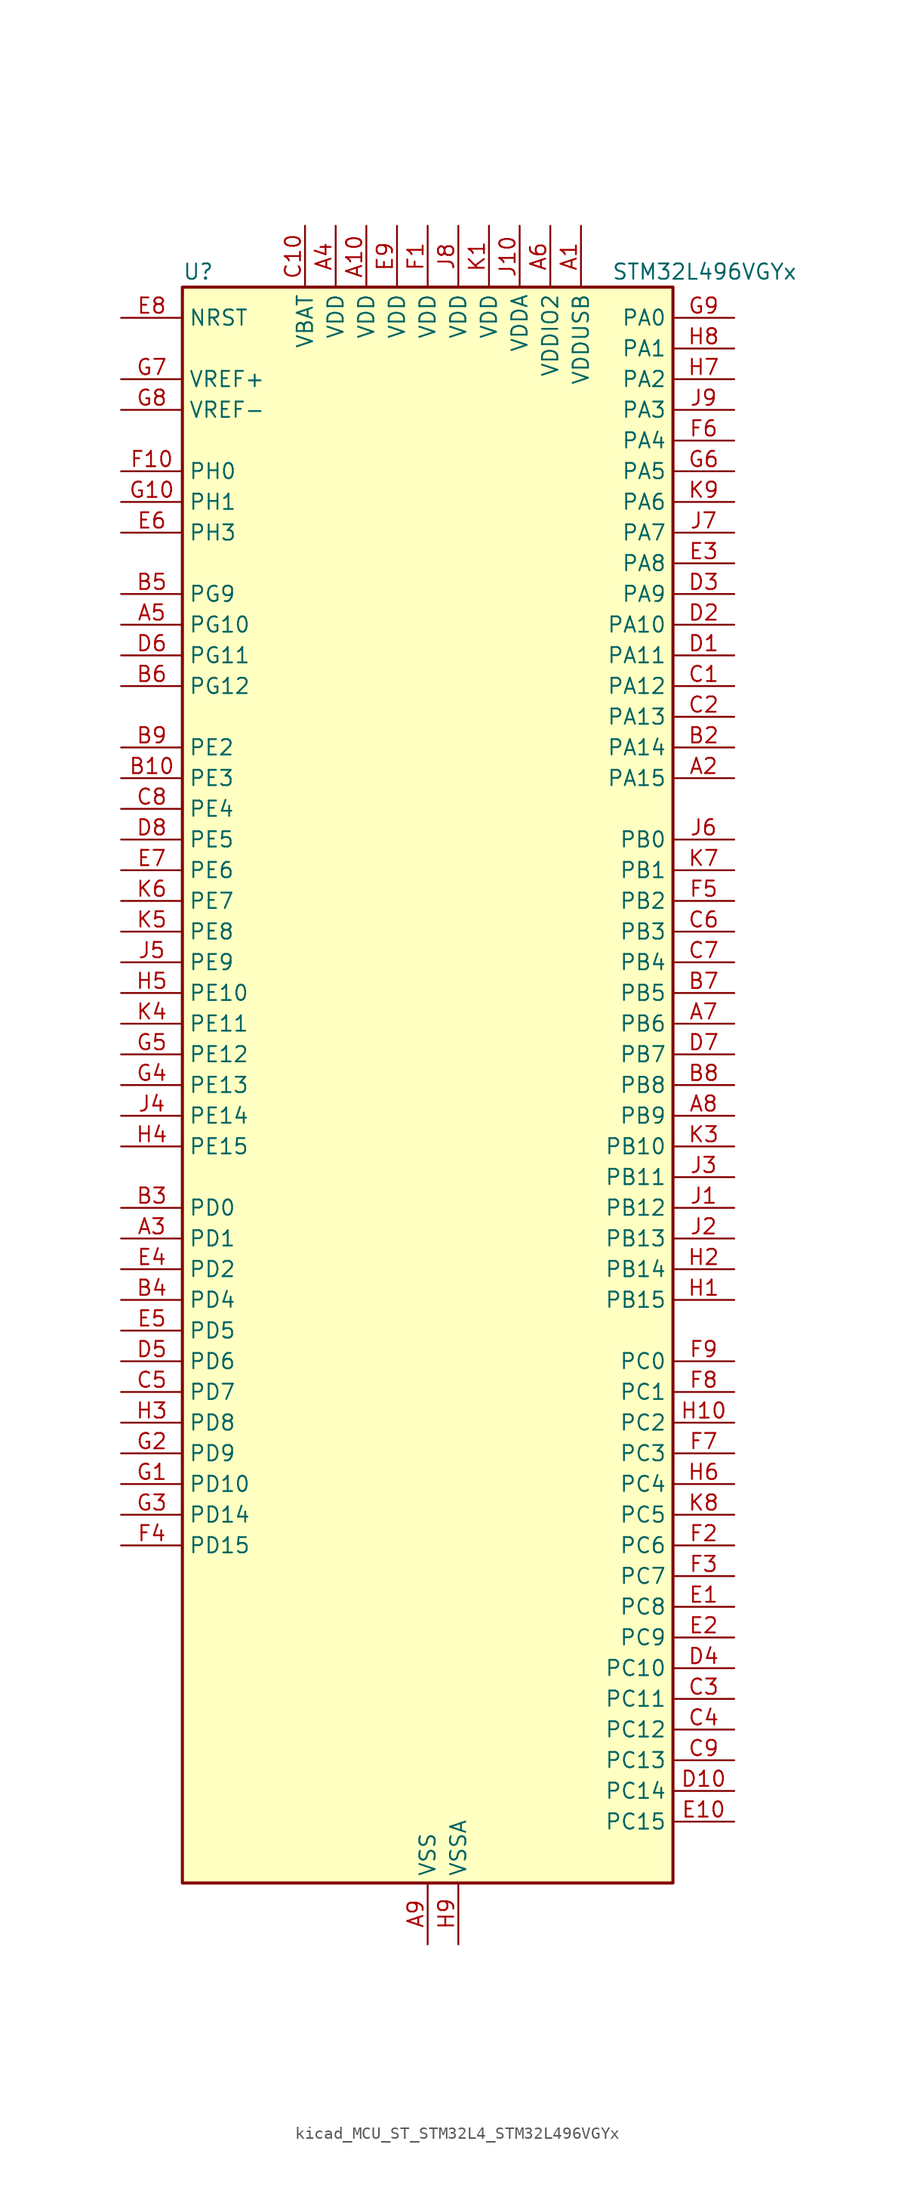
<source format=kicad_sym>
(kicad_symbol_lib
  (version 20220914)
  (generator kicad_symbol_editor)
  (symbol "kicad_MCU_ST_STM32L4_STM32L496VGYx"
    (property "Reference" "U"
      (at -20.32 67.31 0)
      (effects (font (size 1.27 1.27)) (justify left)))
    (property "Value" "STM32L496VGYx"
      (at 15.24 67.31 0)
      (effects (font (size 1.27 1.27)) (justify left)))
    (property "ki_locked" ""
      (at 0 0 0)
      (effects (font (size 1.27 1.27))))
    (symbol "kicad_MCU_ST_STM32L4_STM32L496VGYx_0_1"
      (rectangle (start -20.32 -66.04) (end 20.32 66.04) (stroke (width 0.254) (type default)) (fill (type background))))
    (symbol "kicad_MCU_ST_STM32L4_STM32L496VGYx_1_1"
      (pin power_in line (at 12.7 71.12 270) (length 5.08) (name "VDDUSB" (effects (font (size 1.27 1.27)))) (number "A1" (effects (font (size 1.27 1.27)))))
      (pin power_in line (at -5.08 71.12 270) (length 5.08) (name "VDD" (effects (font (size 1.27 1.27)))) (number "A10" (effects (font (size 1.27 1.27)))))
      (pin bidirectional line (at 25.4 25.4 180) (length 5.08) (name "PA15" (effects (font (size 1.27 1.27)))) (number "A2" (effects (font (size 1.27 1.27)))) (alternate "ADC1_EXTI15" bidirectional line) (alternate "ADC2_EXTI15" bidirectional line) (alternate "ADC3_EXTI15" bidirectional line) (alternate "LCD_SEG17" bidirectional line) (alternate "SAI2_FS_B" bidirectional line) (alternate "SPI1_NSS" bidirectional line) (alternate "SPI3_NSS" bidirectional line) (alternate "SWPMI1_SUSPEND" bidirectional line) (alternate "SYS_JTDI" bidirectional line) (alternate "TIM2_CH1" bidirectional line) (alternate "TIM2_ETR" bidirectional line) (alternate "TSC_G3_IO1" bidirectional line) (alternate "UART4_DE" bidirectional line) (alternate "UART4_RTS" bidirectional line) (alternate "USART2_RX" bidirectional line) (alternate "USART3_DE" bidirectional line) (alternate "USART3_RTS" bidirectional line))
      (pin bidirectional line (at -25.4 -12.7 0) (length 5.08) (name "PD1" (effects (font (size 1.27 1.27)))) (number "A3" (effects (font (size 1.27 1.27)))) (alternate "CAN1_TX" bidirectional line) (alternate "DFSDM1_CKIN7" bidirectional line) (alternate "FMC_D3" bidirectional line) (alternate "FMC_DA3" bidirectional line) (alternate "SPI2_SCK" bidirectional line))
      (pin power_in line (at -7.62 71.12 270) (length 5.08) (name "VDD" (effects (font (size 1.27 1.27)))) (number "A4" (effects (font (size 1.27 1.27)))))
      (pin bidirectional line (at -25.4 38.1 0) (length 5.08) (name "PG10" (effects (font (size 1.27 1.27)))) (number "A5" (effects (font (size 1.27 1.27)))) (alternate "LPTIM1_IN1" bidirectional line) (alternate "SAI2_FS_A" bidirectional line) (alternate "SPI3_MISO" bidirectional line) (alternate "TIM15_CH1" bidirectional line) (alternate "USART1_RX" bidirectional line))
      (pin power_in line (at 10.16 71.12 270) (length 5.08) (name "VDDIO2" (effects (font (size 1.27 1.27)))) (number "A6" (effects (font (size 1.27 1.27)))))
      (pin bidirectional line (at 25.4 5.08 180) (length 5.08) (name "PB6" (effects (font (size 1.27 1.27)))) (number "A7" (effects (font (size 1.27 1.27)))) (alternate "CAN2_TX" bidirectional line) (alternate "COMP2_INP" bidirectional line) (alternate "DCMI_D5" bidirectional line) (alternate "DFSDM1_DATIN5" bidirectional line) (alternate "I2C1_SCL" bidirectional line) (alternate "I2C4_SCL" bidirectional line) (alternate "LPTIM1_ETR" bidirectional line) (alternate "SAI1_FS_B" bidirectional line) (alternate "TIM16_CH1N" bidirectional line) (alternate "TIM4_CH1" bidirectional line) (alternate "TIM8_BKIN2" bidirectional line) (alternate "TIM8_BKIN2_COMP2" bidirectional line) (alternate "TSC_G2_IO3" bidirectional line) (alternate "USART1_TX" bidirectional line))
      (pin bidirectional line (at 25.4 -2.54 180) (length 5.08) (name "PB9" (effects (font (size 1.27 1.27)))) (number "A8" (effects (font (size 1.27 1.27)))) (alternate "CAN1_TX" bidirectional line) (alternate "DAC1_EXTI9" bidirectional line) (alternate "DCMI_D7" bidirectional line) (alternate "DFSDM1_CKIN6" bidirectional line) (alternate "I2C1_SDA" bidirectional line) (alternate "IR_OUT" bidirectional line) (alternate "LCD_COM3" bidirectional line) (alternate "SAI1_FS_A" bidirectional line) (alternate "SDMMC1_D5" bidirectional line) (alternate "SPI2_NSS" bidirectional line) (alternate "TIM17_CH1" bidirectional line) (alternate "TIM4_CH4" bidirectional line))
      (pin power_in line (at 0 -71.12 90) (length 5.08) (name "VSS" (effects (font (size 1.27 1.27)))) (number "A9" (effects (font (size 1.27 1.27)))))
      (pin passive line (at 0 -71.12 90) (length 5.08) hide (name "VSS" (effects (font (size 1.27 1.27)))) (number "B1" (effects (font (size 1.27 1.27)))))
      (pin bidirectional line (at -25.4 25.4 0) (length 5.08) (name "PE3" (effects (font (size 1.27 1.27)))) (number "B10" (effects (font (size 1.27 1.27)))) (alternate "FMC_A19" bidirectional line) (alternate "LCD_SEG39" bidirectional line) (alternate "SAI1_SD_B" bidirectional line) (alternate "SYS_TRACED0" bidirectional line) (alternate "TIM3_CH1" bidirectional line) (alternate "TSC_G7_IO2" bidirectional line))
      (pin bidirectional line (at 25.4 27.94 180) (length 5.08) (name "PA14" (effects (font (size 1.27 1.27)))) (number "B2" (effects (font (size 1.27 1.27)))) (alternate "I2C1_SMBA" bidirectional line) (alternate "I2C4_SMBA" bidirectional line) (alternate "LPTIM1_OUT" bidirectional line) (alternate "SAI1_FS_B" bidirectional line) (alternate "SWPMI1_RX" bidirectional line) (alternate "SYS_JTCK-SWCLK" bidirectional line) (alternate "USB_OTG_FS_SOF" bidirectional line))
      (pin bidirectional line (at -25.4 -10.16 0) (length 5.08) (name "PD0" (effects (font (size 1.27 1.27)))) (number "B3" (effects (font (size 1.27 1.27)))) (alternate "CAN1_RX" bidirectional line) (alternate "DFSDM1_DATIN7" bidirectional line) (alternate "FMC_D2" bidirectional line) (alternate "FMC_DA2" bidirectional line) (alternate "SPI2_NSS" bidirectional line))
      (pin bidirectional line (at -25.4 -17.78 0) (length 5.08) (name "PD4" (effects (font (size 1.27 1.27)))) (number "B4" (effects (font (size 1.27 1.27)))) (alternate "DFSDM1_CKIN0" bidirectional line) (alternate "FMC_NOE" bidirectional line) (alternate "QUADSPI_BK2_IO0" bidirectional line) (alternate "SPI2_MOSI" bidirectional line) (alternate "USART2_DE" bidirectional line) (alternate "USART2_RTS" bidirectional line))
      (pin bidirectional line (at -25.4 40.64 0) (length 5.08) (name "PG9" (effects (font (size 1.27 1.27)))) (number "B5" (effects (font (size 1.27 1.27)))) (alternate "DAC1_EXTI9" bidirectional line) (alternate "FMC_NCE" bidirectional line) (alternate "SAI2_SCK_A" bidirectional line) (alternate "SPI3_SCK" bidirectional line) (alternate "TIM15_CH1N" bidirectional line) (alternate "USART1_TX" bidirectional line))
      (pin bidirectional line (at -25.4 33.02 0) (length 5.08) (name "PG12" (effects (font (size 1.27 1.27)))) (number "B6" (effects (font (size 1.27 1.27)))) (alternate "LPTIM1_ETR" bidirectional line) (alternate "SAI2_SD_A" bidirectional line) (alternate "SPI3_NSS" bidirectional line) (alternate "USART1_DE" bidirectional line) (alternate "USART1_RTS" bidirectional line))
      (pin bidirectional line (at 25.4 7.62 180) (length 5.08) (name "PB5" (effects (font (size 1.27 1.27)))) (number "B7" (effects (font (size 1.27 1.27)))) (alternate "CAN2_RX" bidirectional line) (alternate "COMP2_OUT" bidirectional line) (alternate "DCMI_D10" bidirectional line) (alternate "I2C1_SMBA" bidirectional line) (alternate "LCD_SEG9" bidirectional line) (alternate "LPTIM1_IN1" bidirectional line) (alternate "SAI1_SD_B" bidirectional line) (alternate "SPI1_MOSI" bidirectional line) (alternate "SPI3_MOSI" bidirectional line) (alternate "TIM16_BKIN" bidirectional line) (alternate "TIM3_CH2" bidirectional line) (alternate "TSC_G2_IO2" bidirectional line) (alternate "UART5_CTS" bidirectional line) (alternate "USART1_CK" bidirectional line))
      (pin bidirectional line (at 25.4 0 180) (length 5.08) (name "PB8" (effects (font (size 1.27 1.27)))) (number "B8" (effects (font (size 1.27 1.27)))) (alternate "CAN1_RX" bidirectional line) (alternate "DCMI_D6" bidirectional line) (alternate "DFSDM1_DATIN6" bidirectional line) (alternate "I2C1_SCL" bidirectional line) (alternate "LCD_SEG16" bidirectional line) (alternate "SAI1_MCLK_A" bidirectional line) (alternate "SDMMC1_D4" bidirectional line) (alternate "TIM16_CH1" bidirectional line) (alternate "TIM4_CH3" bidirectional line))
      (pin bidirectional line (at -25.4 27.94 0) (length 5.08) (name "PE2" (effects (font (size 1.27 1.27)))) (number "B9" (effects (font (size 1.27 1.27)))) (alternate "FMC_A23" bidirectional line) (alternate "LCD_SEG38" bidirectional line) (alternate "SAI1_MCLK_A" bidirectional line) (alternate "SYS_TRACECLK" bidirectional line) (alternate "TIM3_ETR" bidirectional line) (alternate "TSC_G7_IO1" bidirectional line))
      (pin bidirectional line (at 25.4 33.02 180) (length 5.08) (name "PA12" (effects (font (size 1.27 1.27)))) (number "C1" (effects (font (size 1.27 1.27)))) (alternate "CAN1_TX" bidirectional line) (alternate "SPI1_MOSI" bidirectional line) (alternate "TIM1_ETR" bidirectional line) (alternate "USART1_DE" bidirectional line) (alternate "USART1_RTS" bidirectional line) (alternate "USB_OTG_FS_DP" bidirectional line))
      (pin power_in line (at -10.16 71.12 270) (length 5.08) (name "VBAT" (effects (font (size 1.27 1.27)))) (number "C10" (effects (font (size 1.27 1.27)))))
      (pin bidirectional line (at 25.4 30.48 180) (length 5.08) (name "PA13" (effects (font (size 1.27 1.27)))) (number "C2" (effects (font (size 1.27 1.27)))) (alternate "IR_OUT" bidirectional line) (alternate "SAI1_SD_B" bidirectional line) (alternate "SWPMI1_TX" bidirectional line) (alternate "SYS_JTMS-SWDIO" bidirectional line) (alternate "USB_OTG_FS_NOE" bidirectional line))
      (pin bidirectional line (at 25.4 -50.8 180) (length 5.08) (name "PC11" (effects (font (size 1.27 1.27)))) (number "C3" (effects (font (size 1.27 1.27)))) (alternate "ADC1_EXTI11" bidirectional line) (alternate "ADC2_EXTI11" bidirectional line) (alternate "ADC3_EXTI11" bidirectional line) (alternate "DCMI_D4" bidirectional line) (alternate "LCD_COM5" bidirectional line) (alternate "LCD_SEG29" bidirectional line) (alternate "LCD_SEG41" bidirectional line) (alternate "QUADSPI_BK2_NCS" bidirectional line) (alternate "SAI2_MCLK_B" bidirectional line) (alternate "SDMMC1_D3" bidirectional line) (alternate "SPI3_MISO" bidirectional line) (alternate "TSC_G3_IO3" bidirectional line) (alternate "UART4_RX" bidirectional line) (alternate "USART3_RX" bidirectional line))
      (pin bidirectional line (at 25.4 -53.34 180) (length 5.08) (name "PC12" (effects (font (size 1.27 1.27)))) (number "C4" (effects (font (size 1.27 1.27)))) (alternate "DCMI_D9" bidirectional line) (alternate "LCD_COM6" bidirectional line) (alternate "LCD_SEG30" bidirectional line) (alternate "LCD_SEG42" bidirectional line) (alternate "SAI2_SD_B" bidirectional line) (alternate "SDMMC1_CK" bidirectional line) (alternate "SPI3_MOSI" bidirectional line) (alternate "SYS_TRACED3" bidirectional line) (alternate "TSC_G3_IO4" bidirectional line) (alternate "UART5_TX" bidirectional line) (alternate "USART3_CK" bidirectional line))
      (pin bidirectional line (at -25.4 -25.4 0) (length 5.08) (name "PD7" (effects (font (size 1.27 1.27)))) (number "C5" (effects (font (size 1.27 1.27)))) (alternate "DFSDM1_CKIN1" bidirectional line) (alternate "FMC_NE1" bidirectional line) (alternate "QUADSPI_BK2_IO3" bidirectional line) (alternate "USART2_CK" bidirectional line))
      (pin bidirectional line (at 25.4 12.7 180) (length 5.08) (name "PB3" (effects (font (size 1.27 1.27)))) (number "C6" (effects (font (size 1.27 1.27)))) (alternate "COMP2_INM" bidirectional line) (alternate "CRS_SYNC" bidirectional line) (alternate "LCD_SEG7" bidirectional line) (alternate "SAI1_SCK_B" bidirectional line) (alternate "SPI1_SCK" bidirectional line) (alternate "SPI3_SCK" bidirectional line) (alternate "SYS_JTDO-SWO" bidirectional line) (alternate "TIM2_CH2" bidirectional line) (alternate "USART1_DE" bidirectional line) (alternate "USART1_RTS" bidirectional line))
      (pin bidirectional line (at 25.4 10.16 180) (length 5.08) (name "PB4" (effects (font (size 1.27 1.27)))) (number "C7" (effects (font (size 1.27 1.27)))) (alternate "COMP2_INP" bidirectional line) (alternate "DCMI_D12" bidirectional line) (alternate "I2C3_SDA" bidirectional line) (alternate "LCD_SEG8" bidirectional line) (alternate "SAI1_MCLK_B" bidirectional line) (alternate "SPI1_MISO" bidirectional line) (alternate "SPI3_MISO" bidirectional line) (alternate "SYS_JTRST" bidirectional line) (alternate "TIM17_BKIN" bidirectional line) (alternate "TIM3_CH1" bidirectional line) (alternate "TSC_G2_IO1" bidirectional line) (alternate "UART5_DE" bidirectional line) (alternate "UART5_RTS" bidirectional line) (alternate "USART1_CTS" bidirectional line))
      (pin bidirectional line (at -25.4 22.86 0) (length 5.08) (name "PE4" (effects (font (size 1.27 1.27)))) (number "C8" (effects (font (size 1.27 1.27)))) (alternate "DCMI_D4" bidirectional line) (alternate "DFSDM1_DATIN3" bidirectional line) (alternate "FMC_A20" bidirectional line) (alternate "SAI1_FS_A" bidirectional line) (alternate "SYS_TRACED1" bidirectional line) (alternate "TIM3_CH2" bidirectional line) (alternate "TSC_G7_IO3" bidirectional line))
      (pin bidirectional line (at 25.4 -55.88 180) (length 5.08) (name "PC13" (effects (font (size 1.27 1.27)))) (number "C9" (effects (font (size 1.27 1.27)))) (alternate "RTC_OUT_ALARM" bidirectional line) (alternate "RTC_OUT_CALIB" bidirectional line) (alternate "RTC_TAMP1" bidirectional line) (alternate "RTC_TS" bidirectional line) (alternate "SYS_WKUP2" bidirectional line))
      (pin bidirectional line (at 25.4 35.56 180) (length 5.08) (name "PA11" (effects (font (size 1.27 1.27)))) (number "D1" (effects (font (size 1.27 1.27)))) (alternate "ADC1_EXTI11" bidirectional line) (alternate "ADC2_EXTI11" bidirectional line) (alternate "ADC3_EXTI11" bidirectional line) (alternate "CAN1_RX" bidirectional line) (alternate "SPI1_MISO" bidirectional line) (alternate "TIM1_BKIN2" bidirectional line) (alternate "TIM1_BKIN2_COMP1" bidirectional line) (alternate "TIM1_CH4" bidirectional line) (alternate "USART1_CTS" bidirectional line) (alternate "USB_OTG_FS_DM" bidirectional line))
      (pin bidirectional line (at 25.4 -58.42 180) (length 5.08) (name "PC14" (effects (font (size 1.27 1.27)))) (number "D10" (effects (font (size 1.27 1.27)))) (alternate "RCC_OSC32_IN" bidirectional line))
      (pin bidirectional line (at 25.4 38.1 180) (length 5.08) (name "PA10" (effects (font (size 1.27 1.27)))) (number "D2" (effects (font (size 1.27 1.27)))) (alternate "DCMI_D1" bidirectional line) (alternate "LCD_COM2" bidirectional line) (alternate "SAI1_SD_A" bidirectional line) (alternate "TIM17_BKIN" bidirectional line) (alternate "TIM1_CH3" bidirectional line) (alternate "USART1_RX" bidirectional line) (alternate "USB_OTG_FS_ID" bidirectional line))
      (pin bidirectional line (at 25.4 40.64 180) (length 5.08) (name "PA9" (effects (font (size 1.27 1.27)))) (number "D3" (effects (font (size 1.27 1.27)))) (alternate "DAC1_EXTI9" bidirectional line) (alternate "DCMI_D0" bidirectional line) (alternate "LCD_COM1" bidirectional line) (alternate "SAI1_FS_A" bidirectional line) (alternate "SPI2_SCK" bidirectional line) (alternate "TIM15_BKIN" bidirectional line) (alternate "TIM1_CH2" bidirectional line) (alternate "USART1_TX" bidirectional line) (alternate "USB_OTG_FS_VBUS" bidirectional line))
      (pin bidirectional line (at 25.4 -48.26 180) (length 5.08) (name "PC10" (effects (font (size 1.27 1.27)))) (number "D4" (effects (font (size 1.27 1.27)))) (alternate "DCMI_D8" bidirectional line) (alternate "LCD_COM4" bidirectional line) (alternate "LCD_SEG28" bidirectional line) (alternate "LCD_SEG40" bidirectional line) (alternate "SAI2_SCK_B" bidirectional line) (alternate "SDMMC1_D2" bidirectional line) (alternate "SPI3_SCK" bidirectional line) (alternate "SYS_TRACED1" bidirectional line) (alternate "TSC_G3_IO2" bidirectional line) (alternate "UART4_TX" bidirectional line) (alternate "USART3_TX" bidirectional line))
      (pin bidirectional line (at -25.4 -22.86 0) (length 5.08) (name "PD6" (effects (font (size 1.27 1.27)))) (number "D5" (effects (font (size 1.27 1.27)))) (alternate "DCMI_D10" bidirectional line) (alternate "DFSDM1_DATIN1" bidirectional line) (alternate "FMC_NWAIT" bidirectional line) (alternate "QUADSPI_BK2_IO1" bidirectional line) (alternate "QUADSPI_BK2_IO2" bidirectional line) (alternate "SAI1_SD_A" bidirectional line) (alternate "USART2_RX" bidirectional line))
      (pin bidirectional line (at -25.4 35.56 0) (length 5.08) (name "PG11" (effects (font (size 1.27 1.27)))) (number "D6" (effects (font (size 1.27 1.27)))) (alternate "ADC1_EXTI11" bidirectional line) (alternate "ADC2_EXTI11" bidirectional line) (alternate "ADC3_EXTI11" bidirectional line) (alternate "LPTIM1_IN2" bidirectional line) (alternate "SAI2_MCLK_A" bidirectional line) (alternate "SPI3_MOSI" bidirectional line) (alternate "TIM15_CH2" bidirectional line) (alternate "USART1_CTS" bidirectional line))
      (pin bidirectional line (at 25.4 2.54 180) (length 5.08) (name "PB7" (effects (font (size 1.27 1.27)))) (number "D7" (effects (font (size 1.27 1.27)))) (alternate "COMP2_INM" bidirectional line) (alternate "DCMI_VSYNC" bidirectional line) (alternate "DFSDM1_CKIN5" bidirectional line) (alternate "FMC_NL" bidirectional line) (alternate "I2C1_SDA" bidirectional line) (alternate "I2C4_SDA" bidirectional line) (alternate "LCD_SEG21" bidirectional line) (alternate "LPTIM1_IN2" bidirectional line) (alternate "SYS_PVD_IN" bidirectional line) (alternate "TIM17_CH1N" bidirectional line) (alternate "TIM4_CH2" bidirectional line) (alternate "TIM8_BKIN" bidirectional line) (alternate "TIM8_BKIN_COMP1" bidirectional line) (alternate "TSC_G2_IO4" bidirectional line) (alternate "UART4_CTS" bidirectional line) (alternate "USART1_RX" bidirectional line))
      (pin bidirectional line (at -25.4 20.32 0) (length 5.08) (name "PE5" (effects (font (size 1.27 1.27)))) (number "D8" (effects (font (size 1.27 1.27)))) (alternate "DCMI_D6" bidirectional line) (alternate "DFSDM1_CKIN3" bidirectional line) (alternate "FMC_A21" bidirectional line) (alternate "SAI1_SCK_A" bidirectional line) (alternate "SYS_TRACED2" bidirectional line) (alternate "TIM3_CH3" bidirectional line) (alternate "TSC_G7_IO4" bidirectional line))
      (pin passive line (at 0 -71.12 90) (length 5.08) hide (name "VSS" (effects (font (size 1.27 1.27)))) (number "D9" (effects (font (size 1.27 1.27)))))
      (pin bidirectional line (at 25.4 -43.18 180) (length 5.08) (name "PC8" (effects (font (size 1.27 1.27)))) (number "E1" (effects (font (size 1.27 1.27)))) (alternate "DCMI_D2" bidirectional line) (alternate "LCD_SEG26" bidirectional line) (alternate "SDMMC1_D0" bidirectional line) (alternate "TIM3_CH3" bidirectional line) (alternate "TIM8_CH3" bidirectional line) (alternate "TSC_G4_IO3" bidirectional line))
      (pin bidirectional line (at 25.4 -60.96 180) (length 5.08) (name "PC15" (effects (font (size 1.27 1.27)))) (number "E10" (effects (font (size 1.27 1.27)))) (alternate "ADC1_EXTI15" bidirectional line) (alternate "ADC2_EXTI15" bidirectional line) (alternate "ADC3_EXTI15" bidirectional line) (alternate "RCC_OSC32_OUT" bidirectional line))
      (pin bidirectional line (at 25.4 -45.72 180) (length 5.08) (name "PC9" (effects (font (size 1.27 1.27)))) (number "E2" (effects (font (size 1.27 1.27)))) (alternate "DAC1_EXTI9" bidirectional line) (alternate "DCMI_D3" bidirectional line) (alternate "I2C3_SDA" bidirectional line) (alternate "LCD_SEG27" bidirectional line) (alternate "SAI2_EXTCLK" bidirectional line) (alternate "SDMMC1_D1" bidirectional line) (alternate "TIM3_CH4" bidirectional line) (alternate "TIM8_BKIN2" bidirectional line) (alternate "TIM8_BKIN2_COMP1" bidirectional line) (alternate "TIM8_CH4" bidirectional line) (alternate "TSC_G4_IO4" bidirectional line) (alternate "USB_OTG_FS_NOE" bidirectional line))
      (pin bidirectional line (at 25.4 43.18 180) (length 5.08) (name "PA8" (effects (font (size 1.27 1.27)))) (number "E3" (effects (font (size 1.27 1.27)))) (alternate "LCD_COM0" bidirectional line) (alternate "LPTIM2_OUT" bidirectional line) (alternate "RCC_MCO" bidirectional line) (alternate "SAI1_SCK_A" bidirectional line) (alternate "SWPMI1_IO" bidirectional line) (alternate "TIM1_CH1" bidirectional line) (alternate "USART1_CK" bidirectional line) (alternate "USB_OTG_FS_SOF" bidirectional line))
      (pin bidirectional line (at -25.4 -15.24 0) (length 5.08) (name "PD2" (effects (font (size 1.27 1.27)))) (number "E4" (effects (font (size 1.27 1.27)))) (alternate "DCMI_D11" bidirectional line) (alternate "LCD_COM7" bidirectional line) (alternate "LCD_SEG31" bidirectional line) (alternate "LCD_SEG43" bidirectional line) (alternate "SDMMC1_CMD" bidirectional line) (alternate "SYS_TRACED2" bidirectional line) (alternate "TIM3_ETR" bidirectional line) (alternate "TSC_SYNC" bidirectional line) (alternate "UART5_RX" bidirectional line) (alternate "USART3_DE" bidirectional line) (alternate "USART3_RTS" bidirectional line))
      (pin bidirectional line (at -25.4 -20.32 0) (length 5.08) (name "PD5" (effects (font (size 1.27 1.27)))) (number "E5" (effects (font (size 1.27 1.27)))) (alternate "FMC_NWE" bidirectional line) (alternate "QUADSPI_BK2_IO1" bidirectional line) (alternate "USART2_TX" bidirectional line))
      (pin bidirectional line (at -25.4 45.72 0) (length 5.08) (name "PH3" (effects (font (size 1.27 1.27)))) (number "E6" (effects (font (size 1.27 1.27)))))
      (pin bidirectional line (at -25.4 17.78 0) (length 5.08) (name "PE6" (effects (font (size 1.27 1.27)))) (number "E7" (effects (font (size 1.27 1.27)))) (alternate "DCMI_D7" bidirectional line) (alternate "FMC_A22" bidirectional line) (alternate "RTC_TAMP3" bidirectional line) (alternate "SAI1_SD_A" bidirectional line) (alternate "SYS_TRACED3" bidirectional line) (alternate "SYS_WKUP3" bidirectional line) (alternate "TIM3_CH4" bidirectional line))
      (pin input line (at -25.4 63.5 0) (length 5.08) (name "NRST" (effects (font (size 1.27 1.27)))) (number "E8" (effects (font (size 1.27 1.27)))))
      (pin power_in line (at -2.54 71.12 270) (length 5.08) (name "VDD" (effects (font (size 1.27 1.27)))) (number "E9" (effects (font (size 1.27 1.27)))))
      (pin power_in line (at 0 71.12 270) (length 5.08) (name "VDD" (effects (font (size 1.27 1.27)))) (number "F1" (effects (font (size 1.27 1.27)))))
      (pin bidirectional line (at -25.4 50.8 0) (length 5.08) (name "PH0" (effects (font (size 1.27 1.27)))) (number "F10" (effects (font (size 1.27 1.27)))) (alternate "RCC_OSC_IN" bidirectional line))
      (pin bidirectional line (at 25.4 -38.1 180) (length 5.08) (name "PC6" (effects (font (size 1.27 1.27)))) (number "F2" (effects (font (size 1.27 1.27)))) (alternate "DCMI_D0" bidirectional line) (alternate "DFSDM1_CKIN3" bidirectional line) (alternate "LCD_SEG24" bidirectional line) (alternate "SAI2_MCLK_A" bidirectional line) (alternate "SDMMC1_D6" bidirectional line) (alternate "TIM3_CH1" bidirectional line) (alternate "TIM8_CH1" bidirectional line) (alternate "TSC_G4_IO1" bidirectional line))
      (pin bidirectional line (at 25.4 -40.64 180) (length 5.08) (name "PC7" (effects (font (size 1.27 1.27)))) (number "F3" (effects (font (size 1.27 1.27)))) (alternate "DCMI_D1" bidirectional line) (alternate "DFSDM1_DATIN3" bidirectional line) (alternate "LCD_SEG25" bidirectional line) (alternate "SAI2_MCLK_B" bidirectional line) (alternate "SDMMC1_D7" bidirectional line) (alternate "TIM3_CH2" bidirectional line) (alternate "TIM8_CH2" bidirectional line) (alternate "TSC_G4_IO2" bidirectional line))
      (pin bidirectional line (at -25.4 -38.1 0) (length 5.08) (name "PD15" (effects (font (size 1.27 1.27)))) (number "F4" (effects (font (size 1.27 1.27)))) (alternate "ADC1_EXTI15" bidirectional line) (alternate "ADC2_EXTI15" bidirectional line) (alternate "ADC3_EXTI15" bidirectional line) (alternate "FMC_D1" bidirectional line) (alternate "FMC_DA1" bidirectional line) (alternate "LCD_SEG35" bidirectional line) (alternate "TIM4_CH4" bidirectional line))
      (pin bidirectional line (at 25.4 15.24 180) (length 5.08) (name "PB2" (effects (font (size 1.27 1.27)))) (number "F5" (effects (font (size 1.27 1.27)))) (alternate "COMP1_INP" bidirectional line) (alternate "DFSDM1_CKIN0" bidirectional line) (alternate "I2C3_SMBA" bidirectional line) (alternate "LCD_VLCD" bidirectional line) (alternate "LPTIM1_OUT" bidirectional line) (alternate "RTC_OUT_ALARM" bidirectional line) (alternate "RTC_OUT_CALIB" bidirectional line))
      (pin bidirectional line (at 25.4 53.34 180) (length 5.08) (name "PA4" (effects (font (size 1.27 1.27)))) (number "F6" (effects (font (size 1.27 1.27)))) (alternate "ADC1_IN9" bidirectional line) (alternate "ADC2_IN9" bidirectional line) (alternate "DAC1_OUT1" bidirectional line) (alternate "DCMI_HSYNC" bidirectional line) (alternate "LPTIM2_OUT" bidirectional line) (alternate "SAI1_FS_B" bidirectional line) (alternate "SPI1_NSS" bidirectional line) (alternate "SPI3_NSS" bidirectional line) (alternate "USART2_CK" bidirectional line))
      (pin bidirectional line (at 25.4 -30.48 180) (length 5.08) (name "PC3" (effects (font (size 1.27 1.27)))) (number "F7" (effects (font (size 1.27 1.27)))) (alternate "ADC1_IN4" bidirectional line) (alternate "ADC2_IN4" bidirectional line) (alternate "ADC3_IN4" bidirectional line) (alternate "LCD_VLCD" bidirectional line) (alternate "LPTIM1_ETR" bidirectional line) (alternate "LPTIM2_ETR" bidirectional line) (alternate "QUADSPI_BK2_IO2" bidirectional line) (alternate "SAI1_SD_A" bidirectional line) (alternate "SPI2_MOSI" bidirectional line))
      (pin bidirectional line (at 25.4 -25.4 180) (length 5.08) (name "PC1" (effects (font (size 1.27 1.27)))) (number "F8" (effects (font (size 1.27 1.27)))) (alternate "ADC1_IN2" bidirectional line) (alternate "ADC2_IN2" bidirectional line) (alternate "ADC3_IN2" bidirectional line) (alternate "DFSDM1_CKIN4" bidirectional line) (alternate "I2C3_SDA" bidirectional line) (alternate "I2C4_SDA" bidirectional line) (alternate "LCD_SEG19" bidirectional line) (alternate "LPTIM1_OUT" bidirectional line) (alternate "LPUART1_TX" bidirectional line) (alternate "QUADSPI_BK2_IO0" bidirectional line) (alternate "SAI1_SD_A" bidirectional line) (alternate "SPI2_MOSI" bidirectional line) (alternate "SYS_TRACED0" bidirectional line))
      (pin bidirectional line (at 25.4 -22.86 180) (length 5.08) (name "PC0" (effects (font (size 1.27 1.27)))) (number "F9" (effects (font (size 1.27 1.27)))) (alternate "ADC1_IN1" bidirectional line) (alternate "ADC2_IN1" bidirectional line) (alternate "ADC3_IN1" bidirectional line) (alternate "DFSDM1_DATIN4" bidirectional line) (alternate "I2C3_SCL" bidirectional line) (alternate "I2C4_SCL" bidirectional line) (alternate "LCD_SEG18" bidirectional line) (alternate "LPTIM1_IN1" bidirectional line) (alternate "LPTIM2_IN1" bidirectional line) (alternate "LPUART1_RX" bidirectional line))
      (pin bidirectional line (at -25.4 -33.02 0) (length 5.08) (name "PD10" (effects (font (size 1.27 1.27)))) (number "G1" (effects (font (size 1.27 1.27)))) (alternate "FMC_D15" bidirectional line) (alternate "FMC_DA15" bidirectional line) (alternate "LCD_SEG30" bidirectional line) (alternate "SAI2_SCK_A" bidirectional line) (alternate "USART3_CK" bidirectional line))
      (pin bidirectional line (at -25.4 48.26 0) (length 5.08) (name "PH1" (effects (font (size 1.27 1.27)))) (number "G10" (effects (font (size 1.27 1.27)))) (alternate "RCC_OSC_OUT" bidirectional line))
      (pin bidirectional line (at -25.4 -30.48 0) (length 5.08) (name "PD9" (effects (font (size 1.27 1.27)))) (number "G2" (effects (font (size 1.27 1.27)))) (alternate "DAC1_EXTI9" bidirectional line) (alternate "DCMI_PIXCLK" bidirectional line) (alternate "FMC_D14" bidirectional line) (alternate "FMC_DA14" bidirectional line) (alternate "LCD_SEG29" bidirectional line) (alternate "SAI2_MCLK_A" bidirectional line) (alternate "USART3_RX" bidirectional line))
      (pin bidirectional line (at -25.4 -35.56 0) (length 5.08) (name "PD14" (effects (font (size 1.27 1.27)))) (number "G3" (effects (font (size 1.27 1.27)))) (alternate "FMC_D0" bidirectional line) (alternate "FMC_DA0" bidirectional line) (alternate "LCD_SEG34" bidirectional line) (alternate "TIM4_CH3" bidirectional line))
      (pin bidirectional line (at -25.4 0 0) (length 5.08) (name "PE13" (effects (font (size 1.27 1.27)))) (number "G4" (effects (font (size 1.27 1.27)))) (alternate "DFSDM1_CKIN5" bidirectional line) (alternate "FMC_D10" bidirectional line) (alternate "FMC_DA10" bidirectional line) (alternate "QUADSPI_BK1_IO1" bidirectional line) (alternate "SPI1_SCK" bidirectional line) (alternate "TIM1_CH3" bidirectional line) (alternate "TSC_G5_IO4" bidirectional line))
      (pin bidirectional line (at -25.4 2.54 0) (length 5.08) (name "PE12" (effects (font (size 1.27 1.27)))) (number "G5" (effects (font (size 1.27 1.27)))) (alternate "DFSDM1_DATIN5" bidirectional line) (alternate "FMC_D9" bidirectional line) (alternate "FMC_DA9" bidirectional line) (alternate "QUADSPI_BK1_IO0" bidirectional line) (alternate "SPI1_NSS" bidirectional line) (alternate "TIM1_CH3N" bidirectional line) (alternate "TSC_G5_IO3" bidirectional line))
      (pin bidirectional line (at 25.4 50.8 180) (length 5.08) (name "PA5" (effects (font (size 1.27 1.27)))) (number "G6" (effects (font (size 1.27 1.27)))) (alternate "ADC1_IN10" bidirectional line) (alternate "ADC2_IN10" bidirectional line) (alternate "DAC1_OUT2" bidirectional line) (alternate "LPTIM2_ETR" bidirectional line) (alternate "SPI1_SCK" bidirectional line) (alternate "TIM2_CH1" bidirectional line) (alternate "TIM2_ETR" bidirectional line) (alternate "TIM8_CH1N" bidirectional line))
      (pin input line (at -25.4 58.42 0) (length 5.08) (name "VREF+" (effects (font (size 1.27 1.27)))) (number "G7" (effects (font (size 1.27 1.27)))) (alternate "VREFBUF_OUT" bidirectional line))
      (pin input line (at -25.4 55.88 0) (length 5.08) (name "VREF-" (effects (font (size 1.27 1.27)))) (number "G8" (effects (font (size 1.27 1.27)))))
      (pin bidirectional line (at 25.4 63.5 180) (length 5.08) (name "PA0" (effects (font (size 1.27 1.27)))) (number "G9" (effects (font (size 1.27 1.27)))) (alternate "ADC1_IN5" bidirectional line) (alternate "ADC2_IN5" bidirectional line) (alternate "OPAMP1_VINP" bidirectional line) (alternate "RTC_TAMP2" bidirectional line) (alternate "SAI1_EXTCLK" bidirectional line) (alternate "SYS_WKUP1" bidirectional line) (alternate "TIM2_CH1" bidirectional line) (alternate "TIM2_ETR" bidirectional line) (alternate "TIM5_CH1" bidirectional line) (alternate "TIM8_ETR" bidirectional line) (alternate "UART4_TX" bidirectional line) (alternate "USART2_CTS" bidirectional line))
      (pin bidirectional line (at 25.4 -17.78 180) (length 5.08) (name "PB15" (effects (font (size 1.27 1.27)))) (number "H1" (effects (font (size 1.27 1.27)))) (alternate "ADC1_EXTI15" bidirectional line) (alternate "ADC2_EXTI15" bidirectional line) (alternate "ADC3_EXTI15" bidirectional line) (alternate "DFSDM1_CKIN2" bidirectional line) (alternate "LCD_SEG15" bidirectional line) (alternate "RTC_REFIN" bidirectional line) (alternate "SAI2_SD_A" bidirectional line) (alternate "SPI2_MOSI" bidirectional line) (alternate "SWPMI1_SUSPEND" bidirectional line) (alternate "TIM15_CH2" bidirectional line) (alternate "TIM1_CH3N" bidirectional line) (alternate "TIM8_CH3N" bidirectional line) (alternate "TSC_G1_IO4" bidirectional line))
      (pin bidirectional line (at 25.4 -27.94 180) (length 5.08) (name "PC2" (effects (font (size 1.27 1.27)))) (number "H10" (effects (font (size 1.27 1.27)))) (alternate "ADC1_IN3" bidirectional line) (alternate "ADC2_IN3" bidirectional line) (alternate "ADC3_IN3" bidirectional line) (alternate "DFSDM1_CKOUT" bidirectional line) (alternate "LCD_SEG20" bidirectional line) (alternate "LPTIM1_IN2" bidirectional line) (alternate "QUADSPI_BK2_IO1" bidirectional line) (alternate "SPI2_MISO" bidirectional line))
      (pin bidirectional line (at 25.4 -15.24 180) (length 5.08) (name "PB14" (effects (font (size 1.27 1.27)))) (number "H2" (effects (font (size 1.27 1.27)))) (alternate "DFSDM1_DATIN2" bidirectional line) (alternate "I2C2_SDA" bidirectional line) (alternate "LCD_SEG14" bidirectional line) (alternate "SAI2_MCLK_A" bidirectional line) (alternate "SPI2_MISO" bidirectional line) (alternate "SWPMI1_RX" bidirectional line) (alternate "TIM15_CH1" bidirectional line) (alternate "TIM1_CH2N" bidirectional line) (alternate "TIM8_CH2N" bidirectional line) (alternate "TSC_G1_IO3" bidirectional line) (alternate "USART3_DE" bidirectional line) (alternate "USART3_RTS" bidirectional line))
      (pin bidirectional line (at -25.4 -27.94 0) (length 5.08) (name "PD8" (effects (font (size 1.27 1.27)))) (number "H3" (effects (font (size 1.27 1.27)))) (alternate "DCMI_HSYNC" bidirectional line) (alternate "FMC_D13" bidirectional line) (alternate "FMC_DA13" bidirectional line) (alternate "LCD_SEG28" bidirectional line) (alternate "USART3_TX" bidirectional line))
      (pin bidirectional line (at -25.4 -5.08 0) (length 5.08) (name "PE15" (effects (font (size 1.27 1.27)))) (number "H4" (effects (font (size 1.27 1.27)))) (alternate "ADC1_EXTI15" bidirectional line) (alternate "ADC2_EXTI15" bidirectional line) (alternate "ADC3_EXTI15" bidirectional line) (alternate "FMC_D12" bidirectional line) (alternate "FMC_DA12" bidirectional line) (alternate "QUADSPI_BK1_IO3" bidirectional line) (alternate "SPI1_MOSI" bidirectional line) (alternate "TIM1_BKIN" bidirectional line) (alternate "TIM1_BKIN_COMP1" bidirectional line))
      (pin bidirectional line (at -25.4 7.62 0) (length 5.08) (name "PE10" (effects (font (size 1.27 1.27)))) (number "H5" (effects (font (size 1.27 1.27)))) (alternate "DFSDM1_DATIN4" bidirectional line) (alternate "FMC_D7" bidirectional line) (alternate "FMC_DA7" bidirectional line) (alternate "QUADSPI_CLK" bidirectional line) (alternate "SAI1_MCLK_B" bidirectional line) (alternate "TIM1_CH2N" bidirectional line) (alternate "TSC_G5_IO1" bidirectional line))
      (pin bidirectional line (at 25.4 -33.02 180) (length 5.08) (name "PC4" (effects (font (size 1.27 1.27)))) (number "H6" (effects (font (size 1.27 1.27)))) (alternate "ADC1_IN13" bidirectional line) (alternate "ADC2_IN13" bidirectional line) (alternate "COMP1_INM" bidirectional line) (alternate "LCD_SEG22" bidirectional line) (alternate "QUADSPI_BK2_IO3" bidirectional line) (alternate "USART3_TX" bidirectional line))
      (pin bidirectional line (at 25.4 58.42 180) (length 5.08) (name "PA2" (effects (font (size 1.27 1.27)))) (number "H7" (effects (font (size 1.27 1.27)))) (alternate "ADC1_IN7" bidirectional line) (alternate "ADC2_IN7" bidirectional line) (alternate "LCD_SEG1" bidirectional line) (alternate "LPUART1_TX" bidirectional line) (alternate "QUADSPI_BK1_NCS" bidirectional line) (alternate "RCC_LSCO" bidirectional line) (alternate "SAI2_EXTCLK" bidirectional line) (alternate "SYS_WKUP4" bidirectional line) (alternate "TIM15_CH1" bidirectional line) (alternate "TIM2_CH3" bidirectional line) (alternate "TIM5_CH3" bidirectional line) (alternate "USART2_TX" bidirectional line))
      (pin bidirectional line (at 25.4 60.96 180) (length 5.08) (name "PA1" (effects (font (size 1.27 1.27)))) (number "H8" (effects (font (size 1.27 1.27)))) (alternate "ADC1_IN6" bidirectional line) (alternate "ADC2_IN6" bidirectional line) (alternate "I2C1_SMBA" bidirectional line) (alternate "LCD_SEG0" bidirectional line) (alternate "OPAMP1_VINM" bidirectional line) (alternate "SPI1_SCK" bidirectional line) (alternate "TIM15_CH1N" bidirectional line) (alternate "TIM2_CH2" bidirectional line) (alternate "TIM5_CH2" bidirectional line) (alternate "UART4_RX" bidirectional line) (alternate "USART2_DE" bidirectional line) (alternate "USART2_RTS" bidirectional line))
      (pin power_in line (at 2.54 -71.12 90) (length 5.08) (name "VSSA" (effects (font (size 1.27 1.27)))) (number "H9" (effects (font (size 1.27 1.27)))))
      (pin bidirectional line (at 25.4 -10.16 180) (length 5.08) (name "PB12" (effects (font (size 1.27 1.27)))) (number "J1" (effects (font (size 1.27 1.27)))) (alternate "CAN2_RX" bidirectional line) (alternate "DFSDM1_DATIN1" bidirectional line) (alternate "I2C2_SMBA" bidirectional line) (alternate "LCD_SEG12" bidirectional line) (alternate "LPUART1_DE" bidirectional line) (alternate "LPUART1_RTS" bidirectional line) (alternate "SAI2_FS_A" bidirectional line) (alternate "SPI2_NSS" bidirectional line) (alternate "SWPMI1_IO" bidirectional line) (alternate "TIM15_BKIN" bidirectional line) (alternate "TIM1_BKIN" bidirectional line) (alternate "TIM1_BKIN_COMP2" bidirectional line) (alternate "TSC_G1_IO1" bidirectional line) (alternate "USART3_CK" bidirectional line))
      (pin power_in line (at 7.62 71.12 270) (length 5.08) (name "VDDA" (effects (font (size 1.27 1.27)))) (number "J10" (effects (font (size 1.27 1.27)))))
      (pin bidirectional line (at 25.4 -12.7 180) (length 5.08) (name "PB13" (effects (font (size 1.27 1.27)))) (number "J2" (effects (font (size 1.27 1.27)))) (alternate "CAN2_TX" bidirectional line) (alternate "DFSDM1_CKIN1" bidirectional line) (alternate "I2C2_SCL" bidirectional line) (alternate "LCD_SEG13" bidirectional line) (alternate "LPUART1_CTS" bidirectional line) (alternate "SAI2_SCK_A" bidirectional line) (alternate "SPI2_SCK" bidirectional line) (alternate "SWPMI1_TX" bidirectional line) (alternate "TIM15_CH1N" bidirectional line) (alternate "TIM1_CH1N" bidirectional line) (alternate "TSC_G1_IO2" bidirectional line) (alternate "USART3_CTS" bidirectional line))
      (pin bidirectional line (at 25.4 -7.62 180) (length 5.08) (name "PB11" (effects (font (size 1.27 1.27)))) (number "J3" (effects (font (size 1.27 1.27)))) (alternate "ADC1_EXTI11" bidirectional line) (alternate "ADC2_EXTI11" bidirectional line) (alternate "ADC3_EXTI11" bidirectional line) (alternate "COMP2_OUT" bidirectional line) (alternate "DFSDM1_CKIN7" bidirectional line) (alternate "I2C2_SDA" bidirectional line) (alternate "I2C4_SDA" bidirectional line) (alternate "LCD_SEG11" bidirectional line) (alternate "LPUART1_TX" bidirectional line) (alternate "QUADSPI_BK1_NCS" bidirectional line) (alternate "TIM2_CH4" bidirectional line) (alternate "USART3_RX" bidirectional line))
      (pin bidirectional line (at -25.4 -2.54 0) (length 5.08) (name "PE14" (effects (font (size 1.27 1.27)))) (number "J4" (effects (font (size 1.27 1.27)))) (alternate "FMC_D11" bidirectional line) (alternate "FMC_DA11" bidirectional line) (alternate "QUADSPI_BK1_IO2" bidirectional line) (alternate "SPI1_MISO" bidirectional line) (alternate "TIM1_BKIN2" bidirectional line) (alternate "TIM1_BKIN2_COMP2" bidirectional line) (alternate "TIM1_CH4" bidirectional line))
      (pin bidirectional line (at -25.4 10.16 0) (length 5.08) (name "PE9" (effects (font (size 1.27 1.27)))) (number "J5" (effects (font (size 1.27 1.27)))) (alternate "DAC1_EXTI9" bidirectional line) (alternate "DFSDM1_CKOUT" bidirectional line) (alternate "FMC_D6" bidirectional line) (alternate "FMC_DA6" bidirectional line) (alternate "SAI1_FS_B" bidirectional line) (alternate "TIM1_CH1" bidirectional line))
      (pin bidirectional line (at 25.4 20.32 180) (length 5.08) (name "PB0" (effects (font (size 1.27 1.27)))) (number "J6" (effects (font (size 1.27 1.27)))) (alternate "ADC1_IN15" bidirectional line) (alternate "ADC2_IN15" bidirectional line) (alternate "COMP1_OUT" bidirectional line) (alternate "LCD_SEG5" bidirectional line) (alternate "OPAMP2_VOUT" bidirectional line) (alternate "QUADSPI_BK1_IO1" bidirectional line) (alternate "SAI1_EXTCLK" bidirectional line) (alternate "SPI1_NSS" bidirectional line) (alternate "TIM1_CH2N" bidirectional line) (alternate "TIM3_CH3" bidirectional line) (alternate "TIM8_CH2N" bidirectional line) (alternate "USART3_CK" bidirectional line))
      (pin bidirectional line (at 25.4 45.72 180) (length 5.08) (name "PA7" (effects (font (size 1.27 1.27)))) (number "J7" (effects (font (size 1.27 1.27)))) (alternate "ADC1_IN12" bidirectional line) (alternate "ADC2_IN12" bidirectional line) (alternate "I2C3_SCL" bidirectional line) (alternate "LCD_SEG4" bidirectional line) (alternate "OPAMP2_VINM" bidirectional line) (alternate "QUADSPI_BK1_IO2" bidirectional line) (alternate "SPI1_MOSI" bidirectional line) (alternate "TIM17_CH1" bidirectional line) (alternate "TIM1_CH1N" bidirectional line) (alternate "TIM3_CH2" bidirectional line) (alternate "TIM8_CH1N" bidirectional line))
      (pin power_in line (at 2.54 71.12 270) (length 5.08) (name "VDD" (effects (font (size 1.27 1.27)))) (number "J8" (effects (font (size 1.27 1.27)))))
      (pin bidirectional line (at 25.4 55.88 180) (length 5.08) (name "PA3" (effects (font (size 1.27 1.27)))) (number "J9" (effects (font (size 1.27 1.27)))) (alternate "ADC1_IN8" bidirectional line) (alternate "ADC2_IN8" bidirectional line) (alternate "LCD_SEG2" bidirectional line) (alternate "LPUART1_RX" bidirectional line) (alternate "OPAMP1_VOUT" bidirectional line) (alternate "QUADSPI_CLK" bidirectional line) (alternate "SAI1_MCLK_A" bidirectional line) (alternate "TIM15_CH2" bidirectional line) (alternate "TIM2_CH4" bidirectional line) (alternate "TIM5_CH4" bidirectional line) (alternate "USART2_RX" bidirectional line))
      (pin power_in line (at 5.08 71.12 270) (length 5.08) (name "VDD" (effects (font (size 1.27 1.27)))) (number "K1" (effects (font (size 1.27 1.27)))))
      (pin passive line (at 0 -71.12 90) (length 5.08) hide (name "VSS" (effects (font (size 1.27 1.27)))) (number "K10" (effects (font (size 1.27 1.27)))))
      (pin passive line (at 0 -71.12 90) (length 5.08) hide (name "VSS" (effects (font (size 1.27 1.27)))) (number "K2" (effects (font (size 1.27 1.27)))))
      (pin bidirectional line (at 25.4 -5.08 180) (length 5.08) (name "PB10" (effects (font (size 1.27 1.27)))) (number "K3" (effects (font (size 1.27 1.27)))) (alternate "COMP1_OUT" bidirectional line) (alternate "DFSDM1_DATIN7" bidirectional line) (alternate "I2C2_SCL" bidirectional line) (alternate "I2C4_SCL" bidirectional line) (alternate "LCD_SEG10" bidirectional line) (alternate "LPUART1_RX" bidirectional line) (alternate "QUADSPI_CLK" bidirectional line) (alternate "SAI1_SCK_A" bidirectional line) (alternate "SPI2_SCK" bidirectional line) (alternate "TIM2_CH3" bidirectional line) (alternate "TSC_SYNC" bidirectional line) (alternate "USART3_TX" bidirectional line))
      (pin bidirectional line (at -25.4 5.08 0) (length 5.08) (name "PE11" (effects (font (size 1.27 1.27)))) (number "K4" (effects (font (size 1.27 1.27)))) (alternate "ADC1_EXTI11" bidirectional line) (alternate "ADC2_EXTI11" bidirectional line) (alternate "ADC3_EXTI11" bidirectional line) (alternate "DFSDM1_CKIN4" bidirectional line) (alternate "FMC_D8" bidirectional line) (alternate "FMC_DA8" bidirectional line) (alternate "QUADSPI_BK1_NCS" bidirectional line) (alternate "TIM1_CH2" bidirectional line) (alternate "TSC_G5_IO2" bidirectional line))
      (pin bidirectional line (at -25.4 12.7 0) (length 5.08) (name "PE8" (effects (font (size 1.27 1.27)))) (number "K5" (effects (font (size 1.27 1.27)))) (alternate "DFSDM1_CKIN2" bidirectional line) (alternate "FMC_D5" bidirectional line) (alternate "FMC_DA5" bidirectional line) (alternate "SAI1_SCK_B" bidirectional line) (alternate "TIM1_CH1N" bidirectional line))
      (pin bidirectional line (at -25.4 15.24 0) (length 5.08) (name "PE7" (effects (font (size 1.27 1.27)))) (number "K6" (effects (font (size 1.27 1.27)))) (alternate "DFSDM1_DATIN2" bidirectional line) (alternate "FMC_D4" bidirectional line) (alternate "FMC_DA4" bidirectional line) (alternate "SAI1_SD_B" bidirectional line) (alternate "TIM1_ETR" bidirectional line))
      (pin bidirectional line (at 25.4 17.78 180) (length 5.08) (name "PB1" (effects (font (size 1.27 1.27)))) (number "K7" (effects (font (size 1.27 1.27)))) (alternate "ADC1_IN16" bidirectional line) (alternate "ADC2_IN16" bidirectional line) (alternate "COMP1_INM" bidirectional line) (alternate "DFSDM1_DATIN0" bidirectional line) (alternate "LCD_SEG6" bidirectional line) (alternate "LPTIM2_IN1" bidirectional line) (alternate "LPUART1_DE" bidirectional line) (alternate "LPUART1_RTS" bidirectional line) (alternate "QUADSPI_BK1_IO0" bidirectional line) (alternate "TIM1_CH3N" bidirectional line) (alternate "TIM3_CH4" bidirectional line) (alternate "TIM8_CH3N" bidirectional line) (alternate "USART3_DE" bidirectional line) (alternate "USART3_RTS" bidirectional line))
      (pin bidirectional line (at 25.4 -35.56 180) (length 5.08) (name "PC5" (effects (font (size 1.27 1.27)))) (number "K8" (effects (font (size 1.27 1.27)))) (alternate "ADC1_IN14" bidirectional line) (alternate "ADC2_IN14" bidirectional line) (alternate "COMP1_INP" bidirectional line) (alternate "LCD_SEG23" bidirectional line) (alternate "SYS_WKUP5" bidirectional line) (alternate "USART3_RX" bidirectional line))
      (pin bidirectional line (at 25.4 48.26 180) (length 5.08) (name "PA6" (effects (font (size 1.27 1.27)))) (number "K9" (effects (font (size 1.27 1.27)))) (alternate "ADC1_IN11" bidirectional line) (alternate "ADC2_IN11" bidirectional line) (alternate "DCMI_PIXCLK" bidirectional line) (alternate "LCD_SEG3" bidirectional line) (alternate "LPUART1_CTS" bidirectional line) (alternate "OPAMP2_VINP" bidirectional line) (alternate "QUADSPI_BK1_IO3" bidirectional line) (alternate "SPI1_MISO" bidirectional line) (alternate "TIM16_CH1" bidirectional line) (alternate "TIM1_BKIN" bidirectional line) (alternate "TIM1_BKIN_COMP2" bidirectional line) (alternate "TIM3_CH1" bidirectional line) (alternate "TIM8_BKIN" bidirectional line) (alternate "TIM8_BKIN_COMP2" bidirectional line) (alternate "USART3_CTS" bidirectional line)))))
</source>
